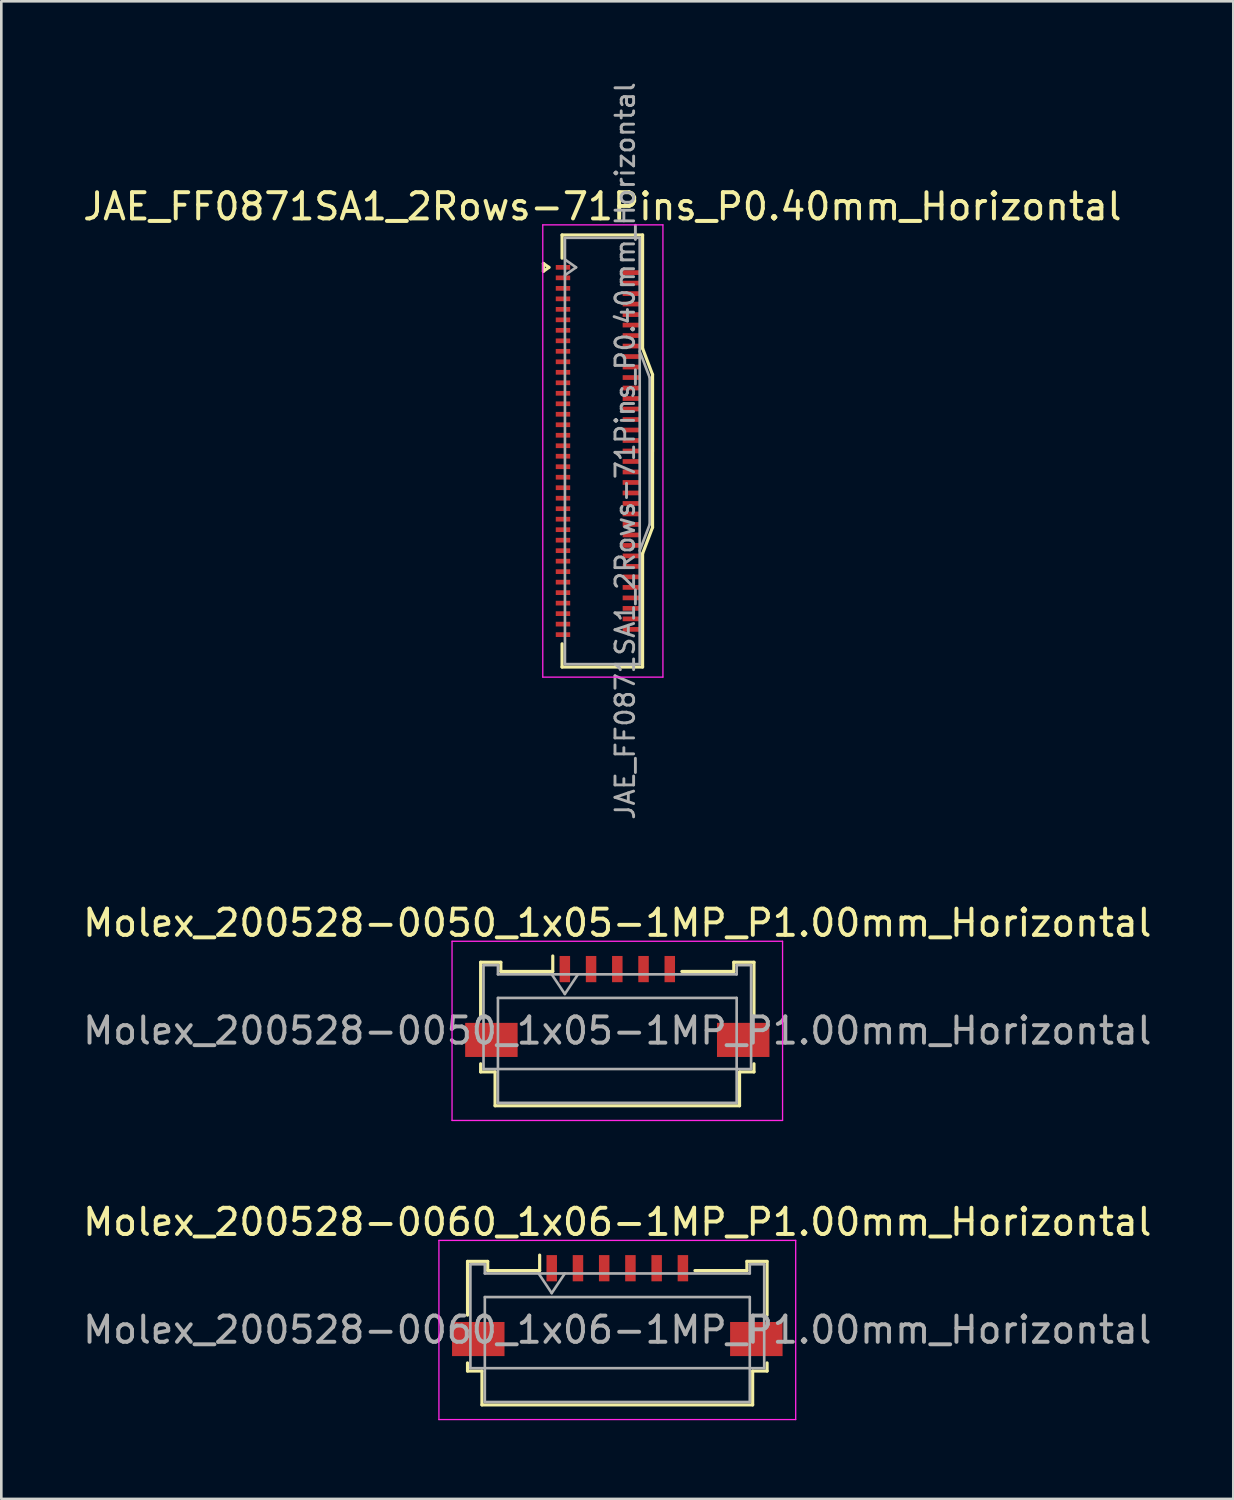
<source format=kicad_pcb>
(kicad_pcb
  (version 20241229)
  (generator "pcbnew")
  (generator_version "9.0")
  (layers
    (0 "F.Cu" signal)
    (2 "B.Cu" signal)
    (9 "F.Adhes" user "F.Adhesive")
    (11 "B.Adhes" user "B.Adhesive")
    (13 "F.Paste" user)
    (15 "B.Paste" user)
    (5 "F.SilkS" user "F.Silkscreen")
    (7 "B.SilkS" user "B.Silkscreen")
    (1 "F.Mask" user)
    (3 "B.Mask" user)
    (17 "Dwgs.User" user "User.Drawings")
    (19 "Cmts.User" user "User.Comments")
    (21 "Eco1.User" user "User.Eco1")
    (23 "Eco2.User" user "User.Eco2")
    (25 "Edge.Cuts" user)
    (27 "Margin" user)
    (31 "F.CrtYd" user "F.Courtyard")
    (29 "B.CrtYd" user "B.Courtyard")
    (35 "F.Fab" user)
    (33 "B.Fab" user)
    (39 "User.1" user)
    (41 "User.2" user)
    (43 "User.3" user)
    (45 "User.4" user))
  (footprint "Molex_200528-0050_1x05-1MP_P1.00mm_Horizontal"
    (layer "F.Cu")
    (at 20.482 34.802)
    (property "Reference" "Molex_200528-0050_1x05-1MP_P1.00mm_Horizontal" (at 0 -2.67 0) (layer "F.SilkS") (effects (font (size 1 1) (thickness 0.15))))
    (attr smd)
    (fp_line (start -5.21 -1.17) (end -5.21 0.88) (stroke (width 0.12) (type solid)) (layer "F.SilkS"))
    (fp_line (start -5.21 2.7) (end -5.21 3.01) (stroke (width 0.12) (type solid)) (layer "F.SilkS"))
    (fp_line (start -5.21 3.01) (end -4.66 3.01) (stroke (width 0.12) (type solid)) (layer "F.SilkS"))
    (fp_line (start -4.66 3.01) (end -4.66 4.3) (stroke (width 0.12) (type solid)) (layer "F.SilkS"))
    (fp_line (start -4.66 4.3) (end 4.66 4.3) (stroke (width 0.12) (type solid)) (layer "F.SilkS"))
    (fp_line (start -4.44 -1.17) (end -5.21 -1.17) (stroke (width 0.12) (type solid)) (layer "F.SilkS"))
    (fp_line (start -4.44 -0.82) (end -4.44 -1.17) (stroke (width 0.12) (type solid)) (layer "F.SilkS"))
    (fp_line (start -2.46 -1.41) (end -2.46 -0.82) (stroke (width 0.12) (type solid)) (layer "F.SilkS"))
    (fp_line (start -2.46 -0.82) (end -4.44 -0.82) (stroke (width 0.12) (type solid)) (layer "F.SilkS"))
    (fp_line (start 4.44 -1.17) (end 4.44 -0.82) (stroke (width 0.12) (type solid)) (layer "F.SilkS"))
    (fp_line (start 4.44 -0.82) (end 2.46 -0.82) (stroke (width 0.12) (type solid)) (layer "F.SilkS"))
    (fp_line (start 4.66 3.01) (end 5.21 3.01) (stroke (width 0.12) (type solid)) (layer "F.SilkS"))
    (fp_line (start 4.66 4.3) (end 4.66 3.01) (stroke (width 0.12) (type solid)) (layer "F.SilkS"))
    (fp_line (start 5.21 -1.17) (end 4.44 -1.17) (stroke (width 0.12) (type solid)) (layer "F.SilkS"))
    (fp_line (start 5.21 0.88) (end 5.21 -1.17) (stroke (width 0.12) (type solid)) (layer "F.SilkS"))
    (fp_line (start 5.21 3.01) (end 5.21 2.7) (stroke (width 0.12) (type solid)) (layer "F.SilkS"))
    (fp_line (start -6.3 -1.97) (end -6.3 4.86) (stroke (width 0.05) (type solid)) (layer "F.CrtYd"))
    (fp_line (start -6.3 4.86) (end 6.3 4.86) (stroke (width 0.05) (type solid)) (layer "F.CrtYd"))
    (fp_line (start 6.3 -1.97) (end -6.3 -1.97) (stroke (width 0.05) (type solid)) (layer "F.CrtYd"))
    (fp_line (start 6.3 4.86) (end 6.3 -1.97) (stroke (width 0.05) (type solid)) (layer "F.CrtYd"))
    (fp_line (start -5.1 -1.06) (end -5.1 2.9) (stroke (width 0.1) (type solid)) (layer "F.Fab"))
    (fp_line (start -5.1 2.9) (end 5.1 2.9) (stroke (width 0.1) (type solid)) (layer "F.Fab"))
    (fp_line (start -4.55 -1.06) (end -5.1 -1.06) (stroke (width 0.1) (type solid)) (layer "F.Fab"))
    (fp_line (start -4.55 -0.71) (end -4.55 -1.06) (stroke (width 0.1) (type solid)) (layer "F.Fab"))
    (fp_line (start -4.55 0.19) (end -4.55 4.19) (stroke (width 0.1) (type solid)) (layer "F.Fab"))
    (fp_line (start -4.55 4.19) (end 4.55 4.19) (stroke (width 0.1) (type solid)) (layer "F.Fab"))
    (fp_line (start -2.5 -0.71) (end -2 0.04) (stroke (width 0.1) (type solid)) (layer "F.Fab"))
    (fp_line (start -2 0.04) (end -1.5 -0.71) (stroke (width 0.1) (type solid)) (layer "F.Fab"))
    (fp_line (start 4.55 -1.06) (end 4.55 -0.71) (stroke (width 0.1) (type solid)) (layer "F.Fab"))
    (fp_line (start 4.55 -0.71) (end -4.55 -0.71) (stroke (width 0.1) (type solid)) (layer "F.Fab"))
    (fp_line (start 4.55 0.19) (end -4.55 0.19) (stroke (width 0.1) (type solid)) (layer "F.Fab"))
    (fp_line (start 4.55 4.19) (end 4.55 0.19) (stroke (width 0.1) (type solid)) (layer "F.Fab"))
    (fp_line (start 5.1 -1.06) (end 4.55 -1.06) (stroke (width 0.1) (type solid)) (layer "F.Fab"))
    (fp_line (start 5.1 2.9) (end 5.1 -1.06) (stroke (width 0.1) (type solid)) (layer "F.Fab"))
    (fp_text user "${REFERENCE}" (at 0 1.44 0) (layer "F.Fab") (effects (font (size 1 1) (thickness 0.15))))
    (pad "1" smd rect (at -2 -0.91) (size 0.4 1) (layers "F.Cu" "F.Mask" "F.Paste"))
    (pad "2" smd rect (at -1 -0.91) (size 0.4 1) (layers "F.Cu" "F.Mask" "F.Paste"))
    (pad "3" smd rect (at 0 -0.91) (size 0.4 1) (layers "F.Cu" "F.Mask" "F.Paste"))
    (pad "4" smd rect (at 1 -0.91) (size 0.4 1) (layers "F.Cu" "F.Mask" "F.Paste"))
    (pad "5" smd rect (at 2 -0.91) (size 0.4 1) (layers "F.Cu" "F.Mask" "F.Paste"))
    (pad "MP" smd rect (at -4.8 1.79) (size 2 1.3) (layers "F.Cu" "F.Mask" "F.Paste"))
    (pad "MP" smd rect (at 4.8 1.79) (size 2 1.3) (layers "F.Cu" "F.Mask" "F.Paste")))
  (footprint "JAE_FF0871SA1_2Rows-71Pins_P0.40mm_Horizontal"
    (layer "F.Cu")
    (at 19.761 14.142)
    (property "Reference" "JAE_FF0871SA1_2Rows-71Pins_P0.40mm_Horizontal" (at 0.15 -9.32 0) (layer "F.SilkS") (effects (font (size 1 1) (thickness 0.15))))
    (attr smd)
    (fp_line (start -2.097 -7.15) (end -1.885 -7) (stroke (width 0.12) (type solid)) (layer "F.SilkS"))
    (fp_line (start -2.097 -6.85) (end -2.097 -7.15) (stroke (width 0.12) (type solid)) (layer "F.SilkS"))
    (fp_line (start -1.885 -7) (end -2.097 -6.85) (stroke (width 0.12) (type solid)) (layer "F.SilkS"))
    (fp_line (start -1.385 -8.235) (end 1.685 -8.235) (stroke (width 0.12) (type solid)) (layer "F.SilkS"))
    (fp_line (start -1.385 -7.35) (end -1.385 -8.235) (stroke (width 0.12) (type solid)) (layer "F.SilkS"))
    (fp_line (start -1.385 7.35) (end -1.385 8.235) (stroke (width 0.12) (type solid)) (layer "F.SilkS"))
    (fp_line (start -1.385 8.235) (end 1.685 8.235) (stroke (width 0.12) (type solid)) (layer "F.SilkS"))
    (fp_line (start 1.685 -8.235) (end 1.685 -3.91) (stroke (width 0.12) (type solid)) (layer "F.SilkS"))
    (fp_line (start 1.685 -3.91) (end 2.065 -2.91) (stroke (width 0.12) (type solid)) (layer "F.SilkS"))
    (fp_line (start 1.685 3.91) (end 2.065 2.91) (stroke (width 0.12) (type solid)) (layer "F.SilkS"))
    (fp_line (start 1.685 8.235) (end 1.685 3.91) (stroke (width 0.12) (type solid)) (layer "F.SilkS"))
    (fp_line (start 2.065 -2.91) (end 2.065 0) (stroke (width 0.12) (type solid)) (layer "F.SilkS"))
    (fp_line (start 2.065 2.91) (end 2.065 0) (stroke (width 0.12) (type solid)) (layer "F.SilkS"))
    (fp_line (start -2.12 -8.62) (end -2.12 8.62) (stroke (width 0.05) (type solid)) (layer "F.CrtYd"))
    (fp_line (start -2.12 8.62) (end 2.46 8.62) (stroke (width 0.05) (type solid)) (layer "F.CrtYd"))
    (fp_line (start 2.46 -8.62) (end -2.12 -8.62) (stroke (width 0.05) (type solid)) (layer "F.CrtYd"))
    (fp_line (start 2.46 8.62) (end 2.46 -8.62) (stroke (width 0.05) (type solid)) (layer "F.CrtYd"))
    (fp_line (start -1.275 -8.125) (end -1.275 8.125) (stroke (width 0.1) (type solid)) (layer "F.Fab"))
    (fp_line (start -1.275 -7.3) (end -0.851 -7) (stroke (width 0.1) (type solid)) (layer "F.Fab"))
    (fp_line (start -1.275 8.125) (end 1.575 8.125) (stroke (width 0.1) (type solid)) (layer "F.Fab"))
    (fp_line (start -0.851 -7) (end -1.275 -6.7) (stroke (width 0.1) (type solid)) (layer "F.Fab"))
    (fp_line (start 1.575 -8.125) (end -1.275 -8.125) (stroke (width 0.1) (type solid)) (layer "F.Fab"))
    (fp_line (start 1.575 -3.8) (end 1.955 -2.8) (stroke (width 0.1) (type solid)) (layer "F.Fab"))
    (fp_line (start 1.575 8.125) (end 1.575 -8.125) (stroke (width 0.1) (type solid)) (layer "F.Fab"))
    (fp_line (start 1.955 -2.8) (end 1.955 2.8) (stroke (width 0.1) (type solid)) (layer "F.Fab"))
    (fp_line (start 1.955 2.8) (end 1.575 3.8) (stroke (width 0.1) (type solid)) (layer "F.Fab"))
    (fp_text user "${REFERENCE}" (at 1.02 0 90) (layer "F.Fab") (effects (font (size 0.71 0.71) (thickness 0.11))))
    (pad "1" smd rect (at -1.35 -7) (size 0.55 0.18) (layers "F.Cu" "F.Mask" "F.Paste"))
    (pad "2" smd rect (at 1.275 -6.8) (size 0.7 0.18) (layers "F.Cu" "F.Mask" "F.Paste"))
    (pad "3" smd rect (at -1.35 -6.6) (size 0.55 0.18) (layers "F.Cu" "F.Mask" "F.Paste"))
    (pad "4" smd rect (at 1.275 -6.4) (size 0.7 0.18) (layers "F.Cu" "F.Mask" "F.Paste"))
    (pad "5" smd rect (at -1.35 -6.2) (size 0.55 0.18) (layers "F.Cu" "F.Mask" "F.Paste"))
    (pad "6" smd rect (at 1.275 -6) (size 0.7 0.18) (layers "F.Cu" "F.Mask" "F.Paste"))
    (pad "7" smd rect (at -1.35 -5.8) (size 0.55 0.18) (layers "F.Cu" "F.Mask" "F.Paste"))
    (pad "8" smd rect (at 1.275 -5.6) (size 0.7 0.18) (layers "F.Cu" "F.Mask" "F.Paste"))
    (pad "9" smd rect (at -1.35 -5.4) (size 0.55 0.18) (layers "F.Cu" "F.Mask" "F.Paste"))
    (pad "10" smd rect (at 1.275 -5.2) (size 0.7 0.18) (layers "F.Cu" "F.Mask" "F.Paste"))
    (pad "11" smd rect (at -1.35 -5) (size 0.55 0.18) (layers "F.Cu" "F.Mask" "F.Paste"))
    (pad "12" smd rect (at 1.275 -4.8) (size 0.7 0.18) (layers "F.Cu" "F.Mask" "F.Paste"))
    (pad "13" smd rect (at -1.35 -4.6) (size 0.55 0.18) (layers "F.Cu" "F.Mask" "F.Paste"))
    (pad "14" smd rect (at 1.275 -4.4) (size 0.7 0.18) (layers "F.Cu" "F.Mask" "F.Paste"))
    (pad "15" smd rect (at -1.35 -4.2) (size 0.55 0.18) (layers "F.Cu" "F.Mask" "F.Paste"))
    (pad "16" smd rect (at 1.275 -4) (size 0.7 0.18) (layers "F.Cu" "F.Mask" "F.Paste"))
    (pad "17" smd rect (at -1.35 -3.8) (size 0.55 0.18) (layers "F.Cu" "F.Mask" "F.Paste"))
    (pad "18" smd rect (at 1.275 -3.6) (size 0.7 0.18) (layers "F.Cu" "F.Mask" "F.Paste"))
    (pad "19" smd rect (at -1.35 -3.4) (size 0.55 0.18) (layers "F.Cu" "F.Mask" "F.Paste"))
    (pad "20" smd rect (at 1.275 -3.2) (size 0.7 0.18) (layers "F.Cu" "F.Mask" "F.Paste"))
    (pad "21" smd rect (at -1.35 -3) (size 0.55 0.18) (layers "F.Cu" "F.Mask" "F.Paste"))
    (pad "22" smd rect (at 1.275 -2.8) (size 0.7 0.18) (layers "F.Cu" "F.Mask" "F.Paste"))
    (pad "23" smd rect (at -1.35 -2.6) (size 0.55 0.18) (layers "F.Cu" "F.Mask" "F.Paste"))
    (pad "24" smd rect (at 1.275 -2.4) (size 0.7 0.18) (layers "F.Cu" "F.Mask" "F.Paste"))
    (pad "25" smd rect (at -1.35 -2.2) (size 0.55 0.18) (layers "F.Cu" "F.Mask" "F.Paste"))
    (pad "26" smd rect (at 1.275 -2) (size 0.7 0.18) (layers "F.Cu" "F.Mask" "F.Paste"))
    (pad "27" smd rect (at -1.35 -1.8) (size 0.55 0.18) (layers "F.Cu" "F.Mask" "F.Paste"))
    (pad "28" smd rect (at 1.275 -1.6) (size 0.7 0.18) (layers "F.Cu" "F.Mask" "F.Paste"))
    (pad "29" smd rect (at -1.35 -1.4) (size 0.55 0.18) (layers "F.Cu" "F.Mask" "F.Paste"))
    (pad "30" smd rect (at 1.275 -1.2) (size 0.7 0.18) (layers "F.Cu" "F.Mask" "F.Paste"))
    (pad "31" smd rect (at -1.35 -1) (size 0.55 0.18) (layers "F.Cu" "F.Mask" "F.Paste"))
    (pad "32" smd rect (at 1.275 -0.8) (size 0.7 0.18) (layers "F.Cu" "F.Mask" "F.Paste"))
    (pad "33" smd rect (at -1.35 -0.6) (size 0.55 0.18) (layers "F.Cu" "F.Mask" "F.Paste"))
    (pad "34" smd rect (at 1.275 -0.4) (size 0.7 0.18) (layers "F.Cu" "F.Mask" "F.Paste"))
    (pad "35" smd rect (at -1.35 -0.2) (size 0.55 0.18) (layers "F.Cu" "F.Mask" "F.Paste"))
    (pad "36" smd rect (at 1.275 0) (size 0.7 0.18) (layers "F.Cu" "F.Mask" "F.Paste"))
    (pad "37" smd rect (at -1.35 0.2) (size 0.55 0.18) (layers "F.Cu" "F.Mask" "F.Paste"))
    (pad "38" smd rect (at 1.275 0.4) (size 0.7 0.18) (layers "F.Cu" "F.Mask" "F.Paste"))
    (pad "39" smd rect (at -1.35 0.6) (size 0.55 0.18) (layers "F.Cu" "F.Mask" "F.Paste"))
    (pad "40" smd rect (at 1.275 0.8) (size 0.7 0.18) (layers "F.Cu" "F.Mask" "F.Paste"))
    (pad "41" smd rect (at -1.35 1) (size 0.55 0.18) (layers "F.Cu" "F.Mask" "F.Paste"))
    (pad "42" smd rect (at 1.275 1.2) (size 0.7 0.18) (layers "F.Cu" "F.Mask" "F.Paste"))
    (pad "43" smd rect (at -1.35 1.4) (size 0.55 0.18) (layers "F.Cu" "F.Mask" "F.Paste"))
    (pad "44" smd rect (at 1.275 1.6) (size 0.7 0.18) (layers "F.Cu" "F.Mask" "F.Paste"))
    (pad "45" smd rect (at -1.35 1.8) (size 0.55 0.18) (layers "F.Cu" "F.Mask" "F.Paste"))
    (pad "46" smd rect (at 1.275 2) (size 0.7 0.18) (layers "F.Cu" "F.Mask" "F.Paste"))
    (pad "47" smd rect (at -1.35 2.2) (size 0.55 0.18) (layers "F.Cu" "F.Mask" "F.Paste"))
    (pad "48" smd rect (at 1.275 2.4) (size 0.7 0.18) (layers "F.Cu" "F.Mask" "F.Paste"))
    (pad "49" smd rect (at -1.35 2.6) (size 0.55 0.18) (layers "F.Cu" "F.Mask" "F.Paste"))
    (pad "50" smd rect (at 1.275 2.8) (size 0.7 0.18) (layers "F.Cu" "F.Mask" "F.Paste"))
    (pad "51" smd rect (at -1.35 3) (size 0.55 0.18) (layers "F.Cu" "F.Mask" "F.Paste"))
    (pad "52" smd rect (at 1.275 3.2) (size 0.7 0.18) (layers "F.Cu" "F.Mask" "F.Paste"))
    (pad "53" smd rect (at -1.35 3.4) (size 0.55 0.18) (layers "F.Cu" "F.Mask" "F.Paste"))
    (pad "54" smd rect (at 1.275 3.6) (size 0.7 0.18) (layers "F.Cu" "F.Mask" "F.Paste"))
    (pad "55" smd rect (at -1.35 3.8) (size 0.55 0.18) (layers "F.Cu" "F.Mask" "F.Paste"))
    (pad "56" smd rect (at 1.275 4) (size 0.7 0.18) (layers "F.Cu" "F.Mask" "F.Paste"))
    (pad "57" smd rect (at -1.35 4.2) (size 0.55 0.18) (layers "F.Cu" "F.Mask" "F.Paste"))
    (pad "58" smd rect (at 1.275 4.4) (size 0.7 0.18) (layers "F.Cu" "F.Mask" "F.Paste"))
    (pad "59" smd rect (at -1.35 4.6) (size 0.55 0.18) (layers "F.Cu" "F.Mask" "F.Paste"))
    (pad "60" smd rect (at 1.275 4.8) (size 0.7 0.18) (layers "F.Cu" "F.Mask" "F.Paste"))
    (pad "61" smd rect (at -1.35 5) (size 0.55 0.18) (layers "F.Cu" "F.Mask" "F.Paste"))
    (pad "62" smd rect (at 1.275 5.2) (size 0.7 0.18) (layers "F.Cu" "F.Mask" "F.Paste"))
    (pad "63" smd rect (at -1.35 5.4) (size 0.55 0.18) (layers "F.Cu" "F.Mask" "F.Paste"))
    (pad "64" smd rect (at 1.275 5.6) (size 0.7 0.18) (layers "F.Cu" "F.Mask" "F.Paste"))
    (pad "65" smd rect (at -1.35 5.8) (size 0.55 0.18) (layers "F.Cu" "F.Mask" "F.Paste"))
    (pad "66" smd rect (at 1.275 6) (size 0.7 0.18) (layers "F.Cu" "F.Mask" "F.Paste"))
    (pad "67" smd rect (at -1.35 6.2) (size 0.55 0.18) (layers "F.Cu" "F.Mask" "F.Paste"))
    (pad "68" smd rect (at 1.275 6.4) (size 0.7 0.18) (layers "F.Cu" "F.Mask" "F.Paste"))
    (pad "69" smd rect (at -1.35 6.6) (size 0.55 0.18) (layers "F.Cu" "F.Mask" "F.Paste"))
    (pad "70" smd rect (at 1.275 6.8) (size 0.7 0.18) (layers "F.Cu" "F.Mask" "F.Paste"))
    (pad "71" smd rect (at -1.35 7) (size 0.55 0.18) (layers "F.Cu" "F.Mask" "F.Paste")))
  (footprint "Molex_200528-0060_1x06-1MP_P1.00mm_Horizontal"
    (layer "F.Cu")
    (at 20.482 46.205)
    (property "Reference" "Molex_200528-0060_1x06-1MP_P1.00mm_Horizontal" (at 0 -2.67 0) (layer "F.SilkS") (effects (font (size 1 1) (thickness 0.15))))
    (attr smd)
    (fp_line (start -5.71 -1.17) (end -5.71 0.88) (stroke (width 0.12) (type solid)) (layer "F.SilkS"))
    (fp_line (start -5.71 2.7) (end -5.71 3.01) (stroke (width 0.12) (type solid)) (layer "F.SilkS"))
    (fp_line (start -5.71 3.01) (end -5.16 3.01) (stroke (width 0.12) (type solid)) (layer "F.SilkS"))
    (fp_line (start -5.16 3.01) (end -5.16 4.3) (stroke (width 0.12) (type solid)) (layer "F.SilkS"))
    (fp_line (start -5.16 4.3) (end 5.16 4.3) (stroke (width 0.12) (type solid)) (layer "F.SilkS"))
    (fp_line (start -4.94 -1.17) (end -5.71 -1.17) (stroke (width 0.12) (type solid)) (layer "F.SilkS"))
    (fp_line (start -4.94 -0.82) (end -4.94 -1.17) (stroke (width 0.12) (type solid)) (layer "F.SilkS"))
    (fp_line (start -2.96 -1.41) (end -2.96 -0.82) (stroke (width 0.12) (type solid)) (layer "F.SilkS"))
    (fp_line (start -2.96 -0.82) (end -4.94 -0.82) (stroke (width 0.12) (type solid)) (layer "F.SilkS"))
    (fp_line (start 4.94 -1.17) (end 4.94 -0.82) (stroke (width 0.12) (type solid)) (layer "F.SilkS"))
    (fp_line (start 4.94 -0.82) (end 2.96 -0.82) (stroke (width 0.12) (type solid)) (layer "F.SilkS"))
    (fp_line (start 5.16 3.01) (end 5.71 3.01) (stroke (width 0.12) (type solid)) (layer "F.SilkS"))
    (fp_line (start 5.16 4.3) (end 5.16 3.01) (stroke (width 0.12) (type solid)) (layer "F.SilkS"))
    (fp_line (start 5.71 -1.17) (end 4.94 -1.17) (stroke (width 0.12) (type solid)) (layer "F.SilkS"))
    (fp_line (start 5.71 0.88) (end 5.71 -1.17) (stroke (width 0.12) (type solid)) (layer "F.SilkS"))
    (fp_line (start 5.71 3.01) (end 5.71 2.7) (stroke (width 0.12) (type solid)) (layer "F.SilkS"))
    (fp_line (start -6.8 -1.97) (end -6.8 4.86) (stroke (width 0.05) (type solid)) (layer "F.CrtYd"))
    (fp_line (start -6.8 4.86) (end 6.8 4.86) (stroke (width 0.05) (type solid)) (layer "F.CrtYd"))
    (fp_line (start 6.8 -1.97) (end -6.8 -1.97) (stroke (width 0.05) (type solid)) (layer "F.CrtYd"))
    (fp_line (start 6.8 4.86) (end 6.8 -1.97) (stroke (width 0.05) (type solid)) (layer "F.CrtYd"))
    (fp_line (start -5.6 -1.06) (end -5.6 2.9) (stroke (width 0.1) (type solid)) (layer "F.Fab"))
    (fp_line (start -5.6 2.9) (end 5.6 2.9) (stroke (width 0.1) (type solid)) (layer "F.Fab"))
    (fp_line (start -5.05 -1.06) (end -5.6 -1.06) (stroke (width 0.1) (type solid)) (layer "F.Fab"))
    (fp_line (start -5.05 -0.71) (end -5.05 -1.06) (stroke (width 0.1) (type solid)) (layer "F.Fab"))
    (fp_line (start -5.05 0.19) (end -5.05 4.19) (stroke (width 0.1) (type solid)) (layer "F.Fab"))
    (fp_line (start -5.05 4.19) (end 5.05 4.19) (stroke (width 0.1) (type solid)) (layer "F.Fab"))
    (fp_line (start -3 -0.71) (end -2.5 0.04) (stroke (width 0.1) (type solid)) (layer "F.Fab"))
    (fp_line (start -2.5 0.04) (end -2 -0.71) (stroke (width 0.1) (type solid)) (layer "F.Fab"))
    (fp_line (start 5.05 -1.06) (end 5.05 -0.71) (stroke (width 0.1) (type solid)) (layer "F.Fab"))
    (fp_line (start 5.05 -0.71) (end -5.05 -0.71) (stroke (width 0.1) (type solid)) (layer "F.Fab"))
    (fp_line (start 5.05 0.19) (end -5.05 0.19) (stroke (width 0.1) (type solid)) (layer "F.Fab"))
    (fp_line (start 5.05 4.19) (end 5.05 0.19) (stroke (width 0.1) (type solid)) (layer "F.Fab"))
    (fp_line (start 5.6 -1.06) (end 5.05 -1.06) (stroke (width 0.1) (type solid)) (layer "F.Fab"))
    (fp_line (start 5.6 2.9) (end 5.6 -1.06) (stroke (width 0.1) (type solid)) (layer "F.Fab"))
    (fp_text user "${REFERENCE}" (at 0 1.44 0) (layer "F.Fab") (effects (font (size 1 1) (thickness 0.15))))
    (pad "1" smd rect (at -2.5 -0.91) (size 0.4 1) (layers "F.Cu" "F.Mask" "F.Paste"))
    (pad "2" smd rect (at -1.5 -0.91) (size 0.4 1) (layers "F.Cu" "F.Mask" "F.Paste"))
    (pad "3" smd rect (at -0.5 -0.91) (size 0.4 1) (layers "F.Cu" "F.Mask" "F.Paste"))
    (pad "4" smd rect (at 0.5 -0.91) (size 0.4 1) (layers "F.Cu" "F.Mask" "F.Paste"))
    (pad "5" smd rect (at 1.5 -0.91) (size 0.4 1) (layers "F.Cu" "F.Mask" "F.Paste"))
    (pad "6" smd rect (at 2.5 -0.91) (size 0.4 1) (layers "F.Cu" "F.Mask" "F.Paste"))
    (pad "MP" smd rect (at -5.3 1.79) (size 2 1.3) (layers "F.Cu" "F.Mask" "F.Paste"))
    (pad "MP" smd rect (at 5.3 1.79) (size 2 1.3) (layers "F.Cu" "F.Mask" "F.Paste")))
  (gr_rect
    (start -3 -3)
    (end 43.964 54.09)
    (stroke (width 0.1) (type default))
    (fill no)
    (layer "Edge.Cuts")))
</source>
